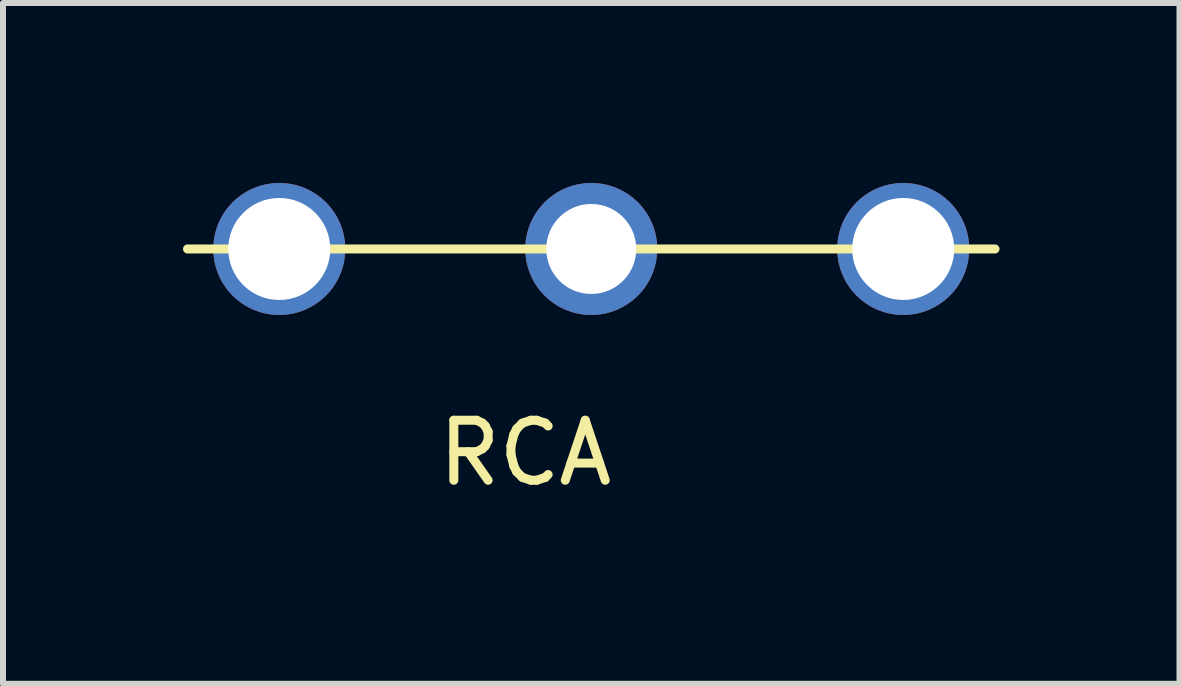
<source format=kicad_pcb>
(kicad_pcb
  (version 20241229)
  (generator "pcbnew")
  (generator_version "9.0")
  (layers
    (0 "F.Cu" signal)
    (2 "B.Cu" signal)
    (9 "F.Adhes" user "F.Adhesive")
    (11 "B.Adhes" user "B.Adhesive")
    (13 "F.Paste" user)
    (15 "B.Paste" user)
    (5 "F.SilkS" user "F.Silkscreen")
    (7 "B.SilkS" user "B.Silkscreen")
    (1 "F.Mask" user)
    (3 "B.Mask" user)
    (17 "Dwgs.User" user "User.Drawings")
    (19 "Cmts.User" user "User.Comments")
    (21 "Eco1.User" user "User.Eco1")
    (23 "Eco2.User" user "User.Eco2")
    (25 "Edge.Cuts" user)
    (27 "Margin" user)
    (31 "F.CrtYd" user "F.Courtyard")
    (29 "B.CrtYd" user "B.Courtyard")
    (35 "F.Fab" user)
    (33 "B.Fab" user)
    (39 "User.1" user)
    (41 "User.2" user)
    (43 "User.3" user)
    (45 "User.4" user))
  (footprint "RCA"
    (layer "F.Cu")
    (at 6.805 1.1)
    (property "Reference" "RCA" (at -1.1 3.4 0) (layer "F.SilkS") (effects (font (size 1 1) (thickness 0.15))))
    (attr through_hole)
    (fp_line (start -6.73 0) (end 6.73 0) (stroke (width 0.15) (type solid)) (layer "F.SilkS"))
    (pad "1" thru_hole oval (at 0 0) (size 2.2 2.2) (drill 1.5) (layers "*.Cu" "*.Mask"))
    (pad "2" thru_hole oval (at -5.2 0) (size 2.2 2.2) (drill 1.7) (layers "*.Cu" "*.Mask"))
    (pad "2" thru_hole oval (at 5.2 0) (size 2.2 2.2) (drill 1.7) (layers "*.Cu" "*.Mask")))
  (gr_rect
    (start -3 -3)
    (end 16.61 8.348)
    (stroke (width 0.1) (type default))
    (fill no)
    (layer "Edge.Cuts")))
</source>
